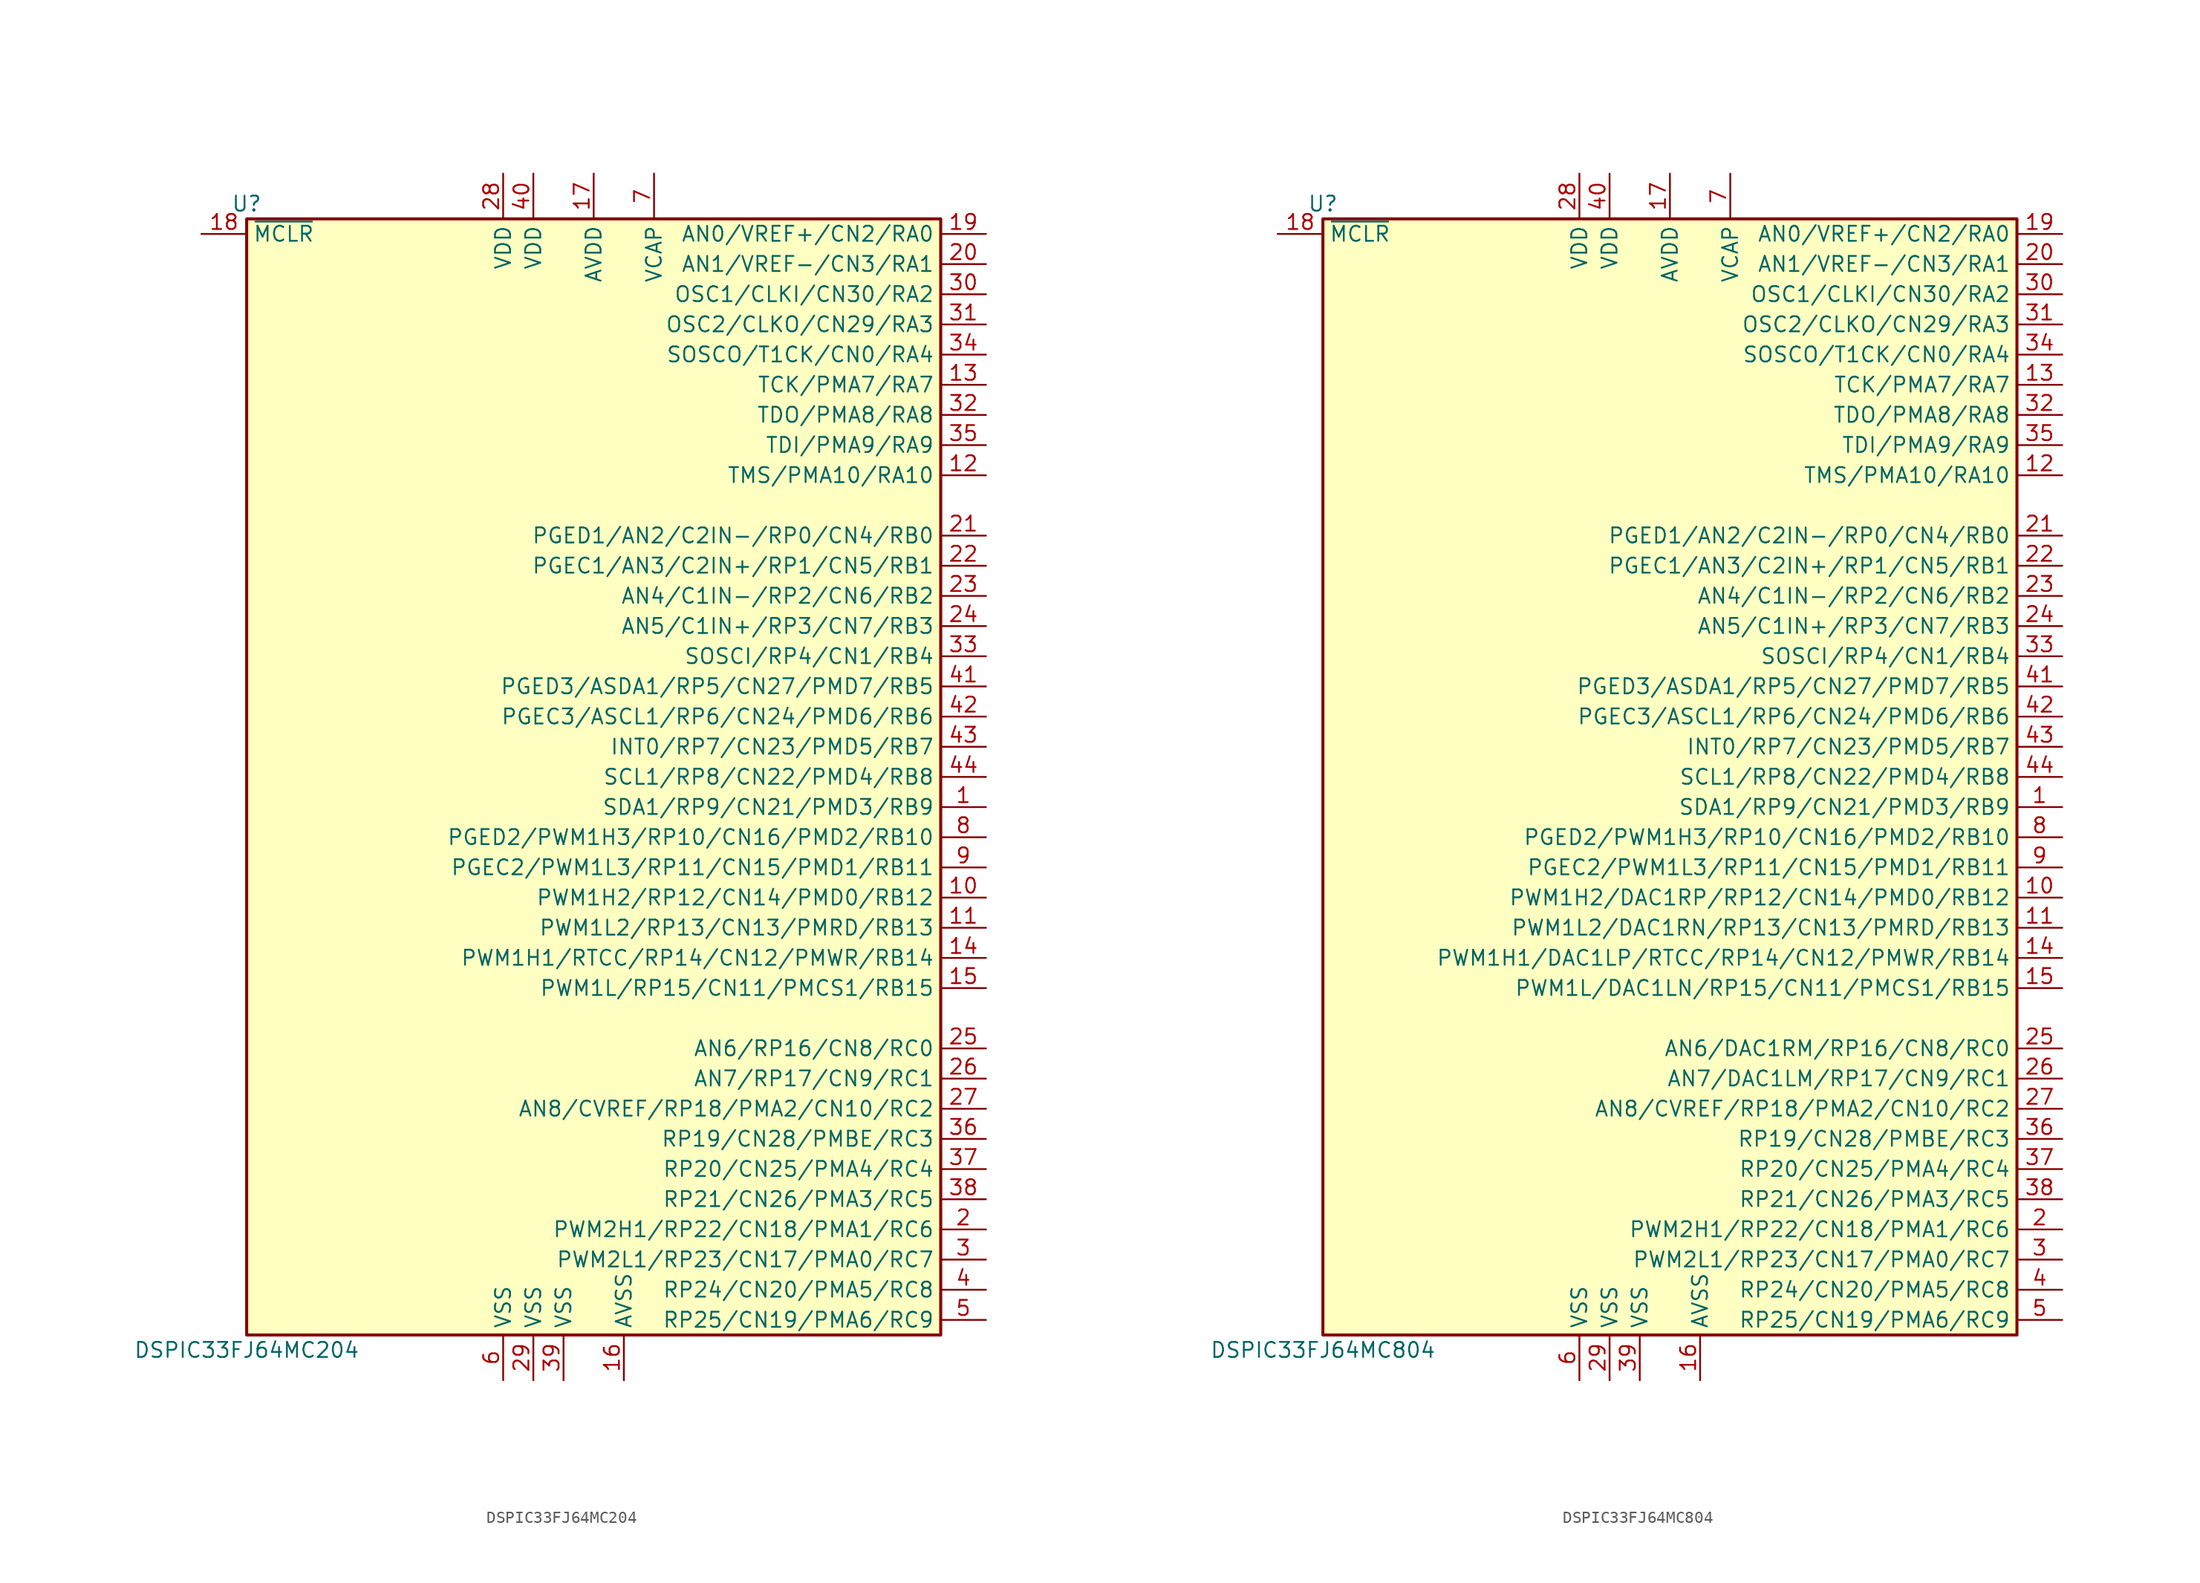
<source format=kicad_sym>
(kicad_symbol_lib
  (version 20241209)
  (generator "kicad_symbol_editor")
  (generator_version "9.0")
  (symbol "DSPIC33FJ64MC204"
    (property "Reference" "U"
      (at -29.21 48.26 0)
      (effects (font (size 1.27 1.27))))
    (property "Value" "DSPIC33FJ64MC204"
      (at -29.21 -48.26 0)
      (effects (font (size 1.27 1.27))))
    (symbol "DSPIC33FJ64MC204_1_1"
      (rectangle (start -29.21 46.99) (end 29.21 -46.99) (stroke (width 0.254) (type default)) (fill (type background)))
      (pin input line (at -33.02 45.72 0) (length 3.81) (name "~{MCLR}" (effects (font (size 1.27 1.27)))) (number "18" (effects (font (size 1.27 1.27)))))
      (pin power_in line (at -7.62 50.8 270) (length 3.81) (name "VDD" (effects (font (size 1.27 1.27)))) (number "28" (effects (font (size 1.27 1.27)))))
      (pin power_in line (at -7.62 -50.8 90) (length 3.81) (name "VSS" (effects (font (size 1.27 1.27)))) (number "6" (effects (font (size 1.27 1.27)))))
      (pin power_in line (at -5.08 50.8 270) (length 3.81) (name "VDD" (effects (font (size 1.27 1.27)))) (number "40" (effects (font (size 1.27 1.27)))))
      (pin power_in line (at -5.08 -50.8 90) (length 3.81) (name "VSS" (effects (font (size 1.27 1.27)))) (number "29" (effects (font (size 1.27 1.27)))))
      (pin power_in line (at -2.54 -50.8 90) (length 3.81) (name "VSS" (effects (font (size 1.27 1.27)))) (number "39" (effects (font (size 1.27 1.27)))))
      (pin power_in line (at 0 50.8 270) (length 3.81) (name "AVDD" (effects (font (size 1.27 1.27)))) (number "17" (effects (font (size 1.27 1.27)))))
      (pin power_in line (at 2.54 -50.8 90) (length 3.81) (name "AVSS" (effects (font (size 1.27 1.27)))) (number "16" (effects (font (size 1.27 1.27)))))
      (pin power_in line (at 5.08 50.8 270) (length 3.81) (name "VCAP" (effects (font (size 1.27 1.27)))) (number "7" (effects (font (size 1.27 1.27)))))
      (pin bidirectional line (at 33.02 45.72 180) (length 3.81) (name "AN0/VREF+/CN2/RA0" (effects (font (size 1.27 1.27)))) (number "19" (effects (font (size 1.27 1.27)))))
      (pin bidirectional line (at 33.02 43.18 180) (length 3.81) (name "AN1/VREF-/CN3/RA1" (effects (font (size 1.27 1.27)))) (number "20" (effects (font (size 1.27 1.27)))))
      (pin input line (at 33.02 40.64 180) (length 3.81) (name "OSC1/CLKI/CN30/RA2" (effects (font (size 1.27 1.27)))) (number "30" (effects (font (size 1.27 1.27)))))
      (pin input line (at 33.02 38.1 180) (length 3.81) (name "OSC2/CLKO/CN29/RA3" (effects (font (size 1.27 1.27)))) (number "31" (effects (font (size 1.27 1.27)))))
      (pin input line (at 33.02 35.56 180) (length 3.81) (name "SOSCO/T1CK/CN0/RA4" (effects (font (size 1.27 1.27)))) (number "34" (effects (font (size 1.27 1.27)))))
      (pin bidirectional line (at 33.02 33.02 180) (length 3.81) (name "TCK/PMA7/RA7" (effects (font (size 1.27 1.27)))) (number "13" (effects (font (size 1.27 1.27)))))
      (pin input line (at 33.02 30.48 180) (length 3.81) (name "TDO/PMA8/RA8" (effects (font (size 1.27 1.27)))) (number "32" (effects (font (size 1.27 1.27)))))
      (pin input line (at 33.02 27.94 180) (length 3.81) (name "TDI/PMA9/RA9" (effects (font (size 1.27 1.27)))) (number "35" (effects (font (size 1.27 1.27)))))
      (pin bidirectional line (at 33.02 25.4 180) (length 3.81) (name "TMS/PMA10/RA10" (effects (font (size 1.27 1.27)))) (number "12" (effects (font (size 1.27 1.27)))))
      (pin bidirectional line (at 33.02 20.32 180) (length 3.81) (name "PGED1/AN2/C2IN-/RP0/CN4/RB0" (effects (font (size 1.27 1.27)))) (number "21" (effects (font (size 1.27 1.27)))))
      (pin bidirectional line (at 33.02 17.78 180) (length 3.81) (name "PGEC1/AN3/C2IN+/RP1/CN5/RB1" (effects (font (size 1.27 1.27)))) (number "22" (effects (font (size 1.27 1.27)))))
      (pin bidirectional line (at 33.02 15.24 180) (length 3.81) (name "AN4/C1IN-/RP2/CN6/RB2" (effects (font (size 1.27 1.27)))) (number "23" (effects (font (size 1.27 1.27)))))
      (pin bidirectional line (at 33.02 12.7 180) (length 3.81) (name "AN5/C1IN+/RP3/CN7/RB3" (effects (font (size 1.27 1.27)))) (number "24" (effects (font (size 1.27 1.27)))))
      (pin input line (at 33.02 10.16 180) (length 3.81) (name "SOSCI/RP4/CN1/RB4" (effects (font (size 1.27 1.27)))) (number "33" (effects (font (size 1.27 1.27)))))
      (pin input line (at 33.02 7.62 180) (length 3.81) (name "PGED3/ASDA1/RP5/CN27/PMD7/RB5" (effects (font (size 1.27 1.27)))) (number "41" (effects (font (size 1.27 1.27)))))
      (pin input line (at 33.02 5.08 180) (length 3.81) (name "PGEC3/ASCL1/RP6/CN24/PMD6/RB6" (effects (font (size 1.27 1.27)))) (number "42" (effects (font (size 1.27 1.27)))))
      (pin input line (at 33.02 2.54 180) (length 3.81) (name "INT0/RP7/CN23/PMD5/RB7" (effects (font (size 1.27 1.27)))) (number "43" (effects (font (size 1.27 1.27)))))
      (pin input line (at 33.02 0 180) (length 3.81) (name "SCL1/RP8/CN22/PMD4/RB8" (effects (font (size 1.27 1.27)))) (number "44" (effects (font (size 1.27 1.27)))))
      (pin bidirectional line (at 33.02 -2.54 180) (length 3.81) (name "SDA1/RP9/CN21/PMD3/RB9" (effects (font (size 1.27 1.27)))) (number "1" (effects (font (size 1.27 1.27)))))
      (pin bidirectional line (at 33.02 -5.08 180) (length 3.81) (name "PGED2/PWM1H3/RP10/CN16/PMD2/RB10" (effects (font (size 1.27 1.27)))) (number "8" (effects (font (size 1.27 1.27)))))
      (pin bidirectional line (at 33.02 -7.62 180) (length 3.81) (name "PGEC2/PWM1L3/RP11/CN15/PMD1/RB11" (effects (font (size 1.27 1.27)))) (number "9" (effects (font (size 1.27 1.27)))))
      (pin bidirectional line (at 33.02 -10.16 180) (length 3.81) (name "PWM1H2/RP12/CN14/PMD0/RB12" (effects (font (size 1.27 1.27)))) (number "10" (effects (font (size 1.27 1.27)))))
      (pin bidirectional line (at 33.02 -12.7 180) (length 3.81) (name "PWM1L2/RP13/CN13/PMRD/RB13" (effects (font (size 1.27 1.27)))) (number "11" (effects (font (size 1.27 1.27)))))
      (pin bidirectional line (at 33.02 -15.24 180) (length 3.81) (name "PWM1H1/RTCC/RP14/CN12/PMWR/RB14" (effects (font (size 1.27 1.27)))) (number "14" (effects (font (size 1.27 1.27)))))
      (pin bidirectional line (at 33.02 -17.78 180) (length 3.81) (name "PWM1L/RP15/CN11/PMCS1/RB15" (effects (font (size 1.27 1.27)))) (number "15" (effects (font (size 1.27 1.27)))))
      (pin bidirectional line (at 33.02 -22.86 180) (length 3.81) (name "AN6/RP16/CN8/RC0" (effects (font (size 1.27 1.27)))) (number "25" (effects (font (size 1.27 1.27)))))
      (pin bidirectional line (at 33.02 -25.4 180) (length 3.81) (name "AN7/RP17/CN9/RC1" (effects (font (size 1.27 1.27)))) (number "26" (effects (font (size 1.27 1.27)))))
      (pin bidirectional line (at 33.02 -27.94 180) (length 3.81) (name "AN8/CVREF/RP18/PMA2/CN10/RC2" (effects (font (size 1.27 1.27)))) (number "27" (effects (font (size 1.27 1.27)))))
      (pin input line (at 33.02 -30.48 180) (length 3.81) (name "RP19/CN28/PMBE/RC3" (effects (font (size 1.27 1.27)))) (number "36" (effects (font (size 1.27 1.27)))))
      (pin input line (at 33.02 -33.02 180) (length 3.81) (name "RP20/CN25/PMA4/RC4" (effects (font (size 1.27 1.27)))) (number "37" (effects (font (size 1.27 1.27)))))
      (pin input line (at 33.02 -35.56 180) (length 3.81) (name "RP21/CN26/PMA3/RC5" (effects (font (size 1.27 1.27)))) (number "38" (effects (font (size 1.27 1.27)))))
      (pin bidirectional line (at 33.02 -38.1 180) (length 3.81) (name "PWM2H1/RP22/CN18/PMA1/RC6" (effects (font (size 1.27 1.27)))) (number "2" (effects (font (size 1.27 1.27)))))
      (pin bidirectional line (at 33.02 -40.64 180) (length 3.81) (name "PWM2L1/RP23/CN17/PMA0/RC7" (effects (font (size 1.27 1.27)))) (number "3" (effects (font (size 1.27 1.27)))))
      (pin bidirectional line (at 33.02 -43.18 180) (length 3.81) (name "RP24/CN20/PMA5/RC8" (effects (font (size 1.27 1.27)))) (number "4" (effects (font (size 1.27 1.27)))))
      (pin bidirectional line (at 33.02 -45.72 180) (length 3.81) (name "RP25/CN19/PMA6/RC9" (effects (font (size 1.27 1.27)))) (number "5" (effects (font (size 1.27 1.27)))))))
  (symbol "DSPIC33FJ64MC804"
    (property "Reference" "U"
      (at -29.21 48.26 0)
      (effects (font (size 1.27 1.27))))
    (property "Value" "DSPIC33FJ64MC804"
      (at -29.21 -48.26 0)
      (effects (font (size 1.27 1.27))))
    (symbol "DSPIC33FJ64MC804_1_1"
      (rectangle (start -29.21 46.99) (end 29.21 -46.99) (stroke (width 0.254) (type default)) (fill (type background)))
      (pin input line (at -33.02 45.72 0) (length 3.81) (name "~{MCLR}" (effects (font (size 1.27 1.27)))) (number "18" (effects (font (size 1.27 1.27)))))
      (pin power_in line (at -7.62 50.8 270) (length 3.81) (name "VDD" (effects (font (size 1.27 1.27)))) (number "28" (effects (font (size 1.27 1.27)))))
      (pin power_in line (at -7.62 -50.8 90) (length 3.81) (name "VSS" (effects (font (size 1.27 1.27)))) (number "6" (effects (font (size 1.27 1.27)))))
      (pin power_in line (at -5.08 50.8 270) (length 3.81) (name "VDD" (effects (font (size 1.27 1.27)))) (number "40" (effects (font (size 1.27 1.27)))))
      (pin power_in line (at -5.08 -50.8 90) (length 3.81) (name "VSS" (effects (font (size 1.27 1.27)))) (number "29" (effects (font (size 1.27 1.27)))))
      (pin power_in line (at -2.54 -50.8 90) (length 3.81) (name "VSS" (effects (font (size 1.27 1.27)))) (number "39" (effects (font (size 1.27 1.27)))))
      (pin power_in line (at 0 50.8 270) (length 3.81) (name "AVDD" (effects (font (size 1.27 1.27)))) (number "17" (effects (font (size 1.27 1.27)))))
      (pin power_in line (at 2.54 -50.8 90) (length 3.81) (name "AVSS" (effects (font (size 1.27 1.27)))) (number "16" (effects (font (size 1.27 1.27)))))
      (pin power_in line (at 5.08 50.8 270) (length 3.81) (name "VCAP" (effects (font (size 1.27 1.27)))) (number "7" (effects (font (size 1.27 1.27)))))
      (pin bidirectional line (at 33.02 45.72 180) (length 3.81) (name "AN0/VREF+/CN2/RA0" (effects (font (size 1.27 1.27)))) (number "19" (effects (font (size 1.27 1.27)))))
      (pin bidirectional line (at 33.02 43.18 180) (length 3.81) (name "AN1/VREF-/CN3/RA1" (effects (font (size 1.27 1.27)))) (number "20" (effects (font (size 1.27 1.27)))))
      (pin input line (at 33.02 40.64 180) (length 3.81) (name "OSC1/CLKI/CN30/RA2" (effects (font (size 1.27 1.27)))) (number "30" (effects (font (size 1.27 1.27)))))
      (pin input line (at 33.02 38.1 180) (length 3.81) (name "OSC2/CLKO/CN29/RA3" (effects (font (size 1.27 1.27)))) (number "31" (effects (font (size 1.27 1.27)))))
      (pin input line (at 33.02 35.56 180) (length 3.81) (name "SOSCO/T1CK/CN0/RA4" (effects (font (size 1.27 1.27)))) (number "34" (effects (font (size 1.27 1.27)))))
      (pin bidirectional line (at 33.02 33.02 180) (length 3.81) (name "TCK/PMA7/RA7" (effects (font (size 1.27 1.27)))) (number "13" (effects (font (size 1.27 1.27)))))
      (pin input line (at 33.02 30.48 180) (length 3.81) (name "TDO/PMA8/RA8" (effects (font (size 1.27 1.27)))) (number "32" (effects (font (size 1.27 1.27)))))
      (pin input line (at 33.02 27.94 180) (length 3.81) (name "TDI/PMA9/RA9" (effects (font (size 1.27 1.27)))) (number "35" (effects (font (size 1.27 1.27)))))
      (pin bidirectional line (at 33.02 25.4 180) (length 3.81) (name "TMS/PMA10/RA10" (effects (font (size 1.27 1.27)))) (number "12" (effects (font (size 1.27 1.27)))))
      (pin bidirectional line (at 33.02 20.32 180) (length 3.81) (name "PGED1/AN2/C2IN-/RP0/CN4/RB0" (effects (font (size 1.27 1.27)))) (number "21" (effects (font (size 1.27 1.27)))))
      (pin bidirectional line (at 33.02 17.78 180) (length 3.81) (name "PGEC1/AN3/C2IN+/RP1/CN5/RB1" (effects (font (size 1.27 1.27)))) (number "22" (effects (font (size 1.27 1.27)))))
      (pin bidirectional line (at 33.02 15.24 180) (length 3.81) (name "AN4/C1IN-/RP2/CN6/RB2" (effects (font (size 1.27 1.27)))) (number "23" (effects (font (size 1.27 1.27)))))
      (pin bidirectional line (at 33.02 12.7 180) (length 3.81) (name "AN5/C1IN+/RP3/CN7/RB3" (effects (font (size 1.27 1.27)))) (number "24" (effects (font (size 1.27 1.27)))))
      (pin input line (at 33.02 10.16 180) (length 3.81) (name "SOSCI/RP4/CN1/RB4" (effects (font (size 1.27 1.27)))) (number "33" (effects (font (size 1.27 1.27)))))
      (pin input line (at 33.02 7.62 180) (length 3.81) (name "PGED3/ASDA1/RP5/CN27/PMD7/RB5" (effects (font (size 1.27 1.27)))) (number "41" (effects (font (size 1.27 1.27)))))
      (pin input line (at 33.02 5.08 180) (length 3.81) (name "PGEC3/ASCL1/RP6/CN24/PMD6/RB6" (effects (font (size 1.27 1.27)))) (number "42" (effects (font (size 1.27 1.27)))))
      (pin input line (at 33.02 2.54 180) (length 3.81) (name "INT0/RP7/CN23/PMD5/RB7" (effects (font (size 1.27 1.27)))) (number "43" (effects (font (size 1.27 1.27)))))
      (pin input line (at 33.02 0 180) (length 3.81) (name "SCL1/RP8/CN22/PMD4/RB8" (effects (font (size 1.27 1.27)))) (number "44" (effects (font (size 1.27 1.27)))))
      (pin bidirectional line (at 33.02 -2.54 180) (length 3.81) (name "SDA1/RP9/CN21/PMD3/RB9" (effects (font (size 1.27 1.27)))) (number "1" (effects (font (size 1.27 1.27)))))
      (pin bidirectional line (at 33.02 -5.08 180) (length 3.81) (name "PGED2/PWM1H3/RP10/CN16/PMD2/RB10" (effects (font (size 1.27 1.27)))) (number "8" (effects (font (size 1.27 1.27)))))
      (pin bidirectional line (at 33.02 -7.62 180) (length 3.81) (name "PGEC2/PWM1L3/RP11/CN15/PMD1/RB11" (effects (font (size 1.27 1.27)))) (number "9" (effects (font (size 1.27 1.27)))))
      (pin bidirectional line (at 33.02 -10.16 180) (length 3.81) (name "PWM1H2/DAC1RP/RP12/CN14/PMD0/RB12" (effects (font (size 1.27 1.27)))) (number "10" (effects (font (size 1.27 1.27)))))
      (pin bidirectional line (at 33.02 -12.7 180) (length 3.81) (name "PWM1L2/DAC1RN/RP13/CN13/PMRD/RB13" (effects (font (size 1.27 1.27)))) (number "11" (effects (font (size 1.27 1.27)))))
      (pin bidirectional line (at 33.02 -15.24 180) (length 3.81) (name "PWM1H1/DAC1LP/RTCC/RP14/CN12/PMWR/RB14" (effects (font (size 1.27 1.27)))) (number "14" (effects (font (size 1.27 1.27)))))
      (pin bidirectional line (at 33.02 -17.78 180) (length 3.81) (name "PWM1L/DAC1LN/RP15/CN11/PMCS1/RB15" (effects (font (size 1.27 1.27)))) (number "15" (effects (font (size 1.27 1.27)))))
      (pin bidirectional line (at 33.02 -22.86 180) (length 3.81) (name "AN6/DAC1RM/RP16/CN8/RC0" (effects (font (size 1.27 1.27)))) (number "25" (effects (font (size 1.27 1.27)))))
      (pin bidirectional line (at 33.02 -25.4 180) (length 3.81) (name "AN7/DAC1LM/RP17/CN9/RC1" (effects (font (size 1.27 1.27)))) (number "26" (effects (font (size 1.27 1.27)))))
      (pin bidirectional line (at 33.02 -27.94 180) (length 3.81) (name "AN8/CVREF/RP18/PMA2/CN10/RC2" (effects (font (size 1.27 1.27)))) (number "27" (effects (font (size 1.27 1.27)))))
      (pin input line (at 33.02 -30.48 180) (length 3.81) (name "RP19/CN28/PMBE/RC3" (effects (font (size 1.27 1.27)))) (number "36" (effects (font (size 1.27 1.27)))))
      (pin input line (at 33.02 -33.02 180) (length 3.81) (name "RP20/CN25/PMA4/RC4" (effects (font (size 1.27 1.27)))) (number "37" (effects (font (size 1.27 1.27)))))
      (pin input line (at 33.02 -35.56 180) (length 3.81) (name "RP21/CN26/PMA3/RC5" (effects (font (size 1.27 1.27)))) (number "38" (effects (font (size 1.27 1.27)))))
      (pin bidirectional line (at 33.02 -38.1 180) (length 3.81) (name "PWM2H1/RP22/CN18/PMA1/RC6" (effects (font (size 1.27 1.27)))) (number "2" (effects (font (size 1.27 1.27)))))
      (pin bidirectional line (at 33.02 -40.64 180) (length 3.81) (name "PWM2L1/RP23/CN17/PMA0/RC7" (effects (font (size 1.27 1.27)))) (number "3" (effects (font (size 1.27 1.27)))))
      (pin bidirectional line (at 33.02 -43.18 180) (length 3.81) (name "RP24/CN20/PMA5/RC8" (effects (font (size 1.27 1.27)))) (number "4" (effects (font (size 1.27 1.27)))))
      (pin bidirectional line (at 33.02 -45.72 180) (length 3.81) (name "RP25/CN19/PMA6/RC9" (effects (font (size 1.27 1.27)))) (number "5" (effects (font (size 1.27 1.27))))))))
</source>
